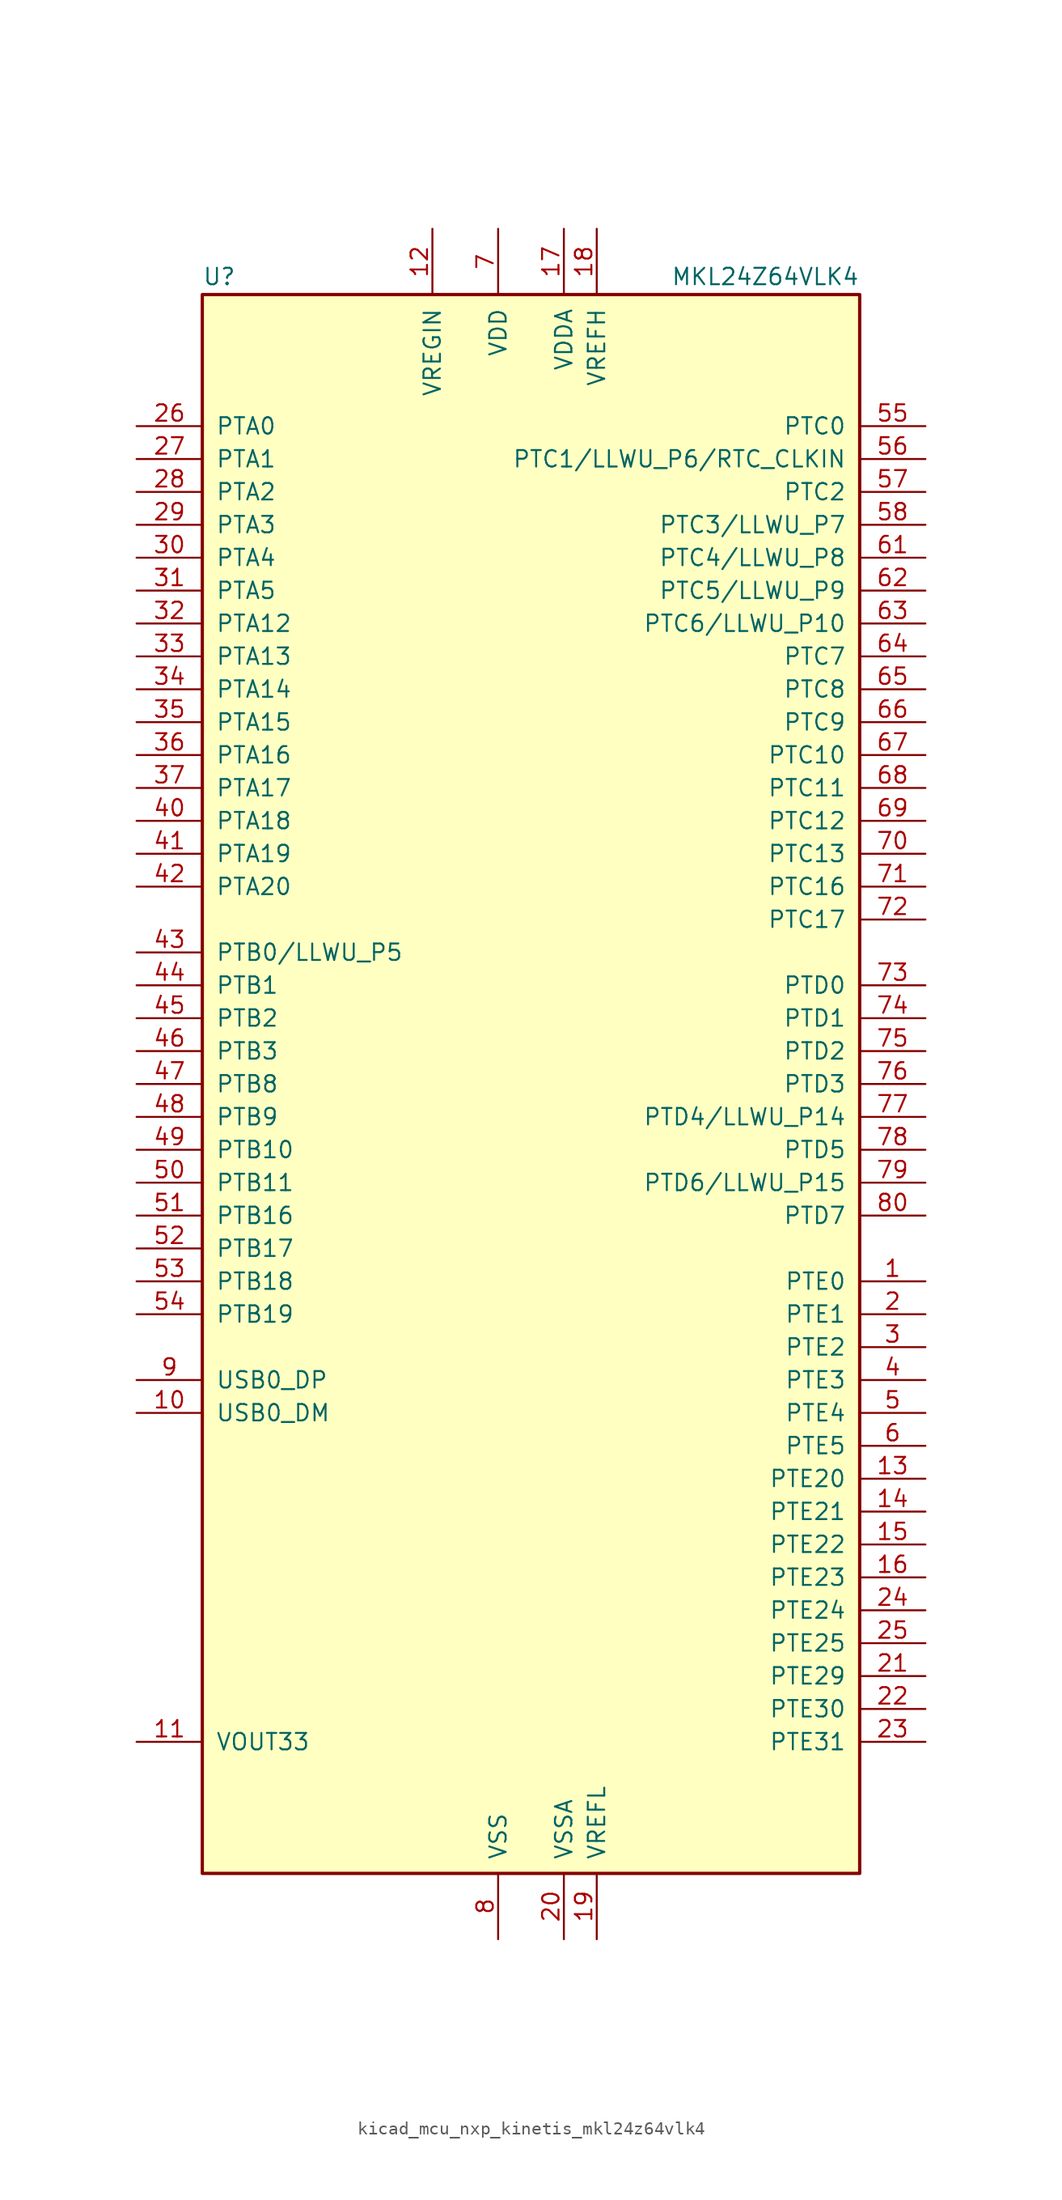
<source format=kicad_sym>
(kicad_symbol_lib
  (version 20220914)
  (generator kicad_symbol_editor)
  (symbol "kicad_mcu_nxp_kinetis_mkl24z64vlk4"
    (pin_names
      (offset 1.016))
    (property "Reference" "U"
      (at -25.4 61.595 0)
      (effects (font (size 1.27 1.27)) (justify left bottom)))
    (property "Value" "MKL24Z64VLK4"
      (at 25.4 61.595 0)
      (effects (font (size 1.27 1.27)) (justify right bottom)))
    (symbol "kicad_mcu_nxp_kinetis_mkl24z64vlk4_0_1"
      (rectangle (start -25.4 60.96) (end 25.4 -60.96) (stroke (width 0.254) (type default)) (fill (type background))))
    (symbol "kicad_mcu_nxp_kinetis_mkl24z64vlk4_1_1"
      (pin bidirectional line (at 30.48 -15.24 180) (length 5.08) (name "PTE0" (effects (font (size 1.27 1.27)))) (number "1" (effects (font (size 1.27 1.27)))))
      (pin bidirectional line (at -30.48 -25.4 0) (length 5.08) (name "USB0_DM" (effects (font (size 1.27 1.27)))) (number "10" (effects (font (size 1.27 1.27)))))
      (pin power_out line (at -30.48 -50.8 0) (length 5.08) (name "VOUT33" (effects (font (size 1.27 1.27)))) (number "11" (effects (font (size 1.27 1.27)))))
      (pin power_in line (at -7.62 66.04 270) (length 5.08) (name "VREGIN" (effects (font (size 1.27 1.27)))) (number "12" (effects (font (size 1.27 1.27)))))
      (pin bidirectional line (at 30.48 -30.48 180) (length 5.08) (name "PTE20" (effects (font (size 1.27 1.27)))) (number "13" (effects (font (size 1.27 1.27)))))
      (pin bidirectional line (at 30.48 -33.02 180) (length 5.08) (name "PTE21" (effects (font (size 1.27 1.27)))) (number "14" (effects (font (size 1.27 1.27)))))
      (pin bidirectional line (at 30.48 -35.56 180) (length 5.08) (name "PTE22" (effects (font (size 1.27 1.27)))) (number "15" (effects (font (size 1.27 1.27)))))
      (pin bidirectional line (at 30.48 -38.1 180) (length 5.08) (name "PTE23" (effects (font (size 1.27 1.27)))) (number "16" (effects (font (size 1.27 1.27)))))
      (pin power_in line (at 2.54 66.04 270) (length 5.08) (name "VDDA" (effects (font (size 1.27 1.27)))) (number "17" (effects (font (size 1.27 1.27)))))
      (pin power_in line (at 5.08 66.04 270) (length 5.08) (name "VREFH" (effects (font (size 1.27 1.27)))) (number "18" (effects (font (size 1.27 1.27)))))
      (pin power_in line (at 5.08 -66.04 90) (length 5.08) (name "VREFL" (effects (font (size 1.27 1.27)))) (number "19" (effects (font (size 1.27 1.27)))))
      (pin bidirectional line (at 30.48 -17.78 180) (length 5.08) (name "PTE1" (effects (font (size 1.27 1.27)))) (number "2" (effects (font (size 1.27 1.27)))))
      (pin power_in line (at 2.54 -66.04 90) (length 5.08) (name "VSSA" (effects (font (size 1.27 1.27)))) (number "20" (effects (font (size 1.27 1.27)))))
      (pin bidirectional line (at 30.48 -45.72 180) (length 5.08) (name "PTE29" (effects (font (size 1.27 1.27)))) (number "21" (effects (font (size 1.27 1.27)))))
      (pin bidirectional line (at 30.48 -48.26 180) (length 5.08) (name "PTE30" (effects (font (size 1.27 1.27)))) (number "22" (effects (font (size 1.27 1.27)))))
      (pin bidirectional line (at 30.48 -50.8 180) (length 5.08) (name "PTE31" (effects (font (size 1.27 1.27)))) (number "23" (effects (font (size 1.27 1.27)))))
      (pin bidirectional line (at 30.48 -40.64 180) (length 5.08) (name "PTE24" (effects (font (size 1.27 1.27)))) (number "24" (effects (font (size 1.27 1.27)))))
      (pin bidirectional line (at 30.48 -43.18 180) (length 5.08) (name "PTE25" (effects (font (size 1.27 1.27)))) (number "25" (effects (font (size 1.27 1.27)))))
      (pin bidirectional line (at -30.48 50.8 0) (length 5.08) (name "PTA0" (effects (font (size 1.27 1.27)))) (number "26" (effects (font (size 1.27 1.27)))))
      (pin bidirectional line (at -30.48 48.26 0) (length 5.08) (name "PTA1" (effects (font (size 1.27 1.27)))) (number "27" (effects (font (size 1.27 1.27)))))
      (pin bidirectional line (at -30.48 45.72 0) (length 5.08) (name "PTA2" (effects (font (size 1.27 1.27)))) (number "28" (effects (font (size 1.27 1.27)))))
      (pin bidirectional line (at -30.48 43.18 0) (length 5.08) (name "PTA3" (effects (font (size 1.27 1.27)))) (number "29" (effects (font (size 1.27 1.27)))))
      (pin bidirectional line (at 30.48 -20.32 180) (length 5.08) (name "PTE2" (effects (font (size 1.27 1.27)))) (number "3" (effects (font (size 1.27 1.27)))))
      (pin bidirectional line (at -30.48 40.64 0) (length 5.08) (name "PTA4" (effects (font (size 1.27 1.27)))) (number "30" (effects (font (size 1.27 1.27)))))
      (pin bidirectional line (at -30.48 38.1 0) (length 5.08) (name "PTA5" (effects (font (size 1.27 1.27)))) (number "31" (effects (font (size 1.27 1.27)))))
      (pin bidirectional line (at -30.48 35.56 0) (length 5.08) (name "PTA12" (effects (font (size 1.27 1.27)))) (number "32" (effects (font (size 1.27 1.27)))))
      (pin bidirectional line (at -30.48 33.02 0) (length 5.08) (name "PTA13" (effects (font (size 1.27 1.27)))) (number "33" (effects (font (size 1.27 1.27)))))
      (pin bidirectional line (at -30.48 30.48 0) (length 5.08) (name "PTA14" (effects (font (size 1.27 1.27)))) (number "34" (effects (font (size 1.27 1.27)))))
      (pin bidirectional line (at -30.48 27.94 0) (length 5.08) (name "PTA15" (effects (font (size 1.27 1.27)))) (number "35" (effects (font (size 1.27 1.27)))))
      (pin bidirectional line (at -30.48 25.4 0) (length 5.08) (name "PTA16" (effects (font (size 1.27 1.27)))) (number "36" (effects (font (size 1.27 1.27)))))
      (pin bidirectional line (at -30.48 22.86 0) (length 5.08) (name "PTA17" (effects (font (size 1.27 1.27)))) (number "37" (effects (font (size 1.27 1.27)))))
      (pin passive line (at -2.54 66.04 270) (length 5.08) hide (name "VDD" (effects (font (size 1.27 1.27)))) (number "38" (effects (font (size 1.27 1.27)))))
      (pin passive line (at -2.54 -66.04 90) (length 5.08) hide (name "VSS" (effects (font (size 1.27 1.27)))) (number "39" (effects (font (size 1.27 1.27)))))
      (pin bidirectional line (at 30.48 -22.86 180) (length 5.08) (name "PTE3" (effects (font (size 1.27 1.27)))) (number "4" (effects (font (size 1.27 1.27)))))
      (pin bidirectional line (at -30.48 20.32 0) (length 5.08) (name "PTA18" (effects (font (size 1.27 1.27)))) (number "40" (effects (font (size 1.27 1.27)))))
      (pin bidirectional line (at -30.48 17.78 0) (length 5.08) (name "PTA19" (effects (font (size 1.27 1.27)))) (number "41" (effects (font (size 1.27 1.27)))))
      (pin bidirectional line (at -30.48 15.24 0) (length 5.08) (name "PTA20" (effects (font (size 1.27 1.27)))) (number "42" (effects (font (size 1.27 1.27)))))
      (pin bidirectional line (at -30.48 10.16 0) (length 5.08) (name "PTB0/LLWU_P5" (effects (font (size 1.27 1.27)))) (number "43" (effects (font (size 1.27 1.27)))))
      (pin bidirectional line (at -30.48 7.62 0) (length 5.08) (name "PTB1" (effects (font (size 1.27 1.27)))) (number "44" (effects (font (size 1.27 1.27)))))
      (pin bidirectional line (at -30.48 5.08 0) (length 5.08) (name "PTB2" (effects (font (size 1.27 1.27)))) (number "45" (effects (font (size 1.27 1.27)))))
      (pin bidirectional line (at -30.48 2.54 0) (length 5.08) (name "PTB3" (effects (font (size 1.27 1.27)))) (number "46" (effects (font (size 1.27 1.27)))))
      (pin bidirectional line (at -30.48 0 0) (length 5.08) (name "PTB8" (effects (font (size 1.27 1.27)))) (number "47" (effects (font (size 1.27 1.27)))))
      (pin bidirectional line (at -30.48 -2.54 0) (length 5.08) (name "PTB9" (effects (font (size 1.27 1.27)))) (number "48" (effects (font (size 1.27 1.27)))))
      (pin bidirectional line (at -30.48 -5.08 0) (length 5.08) (name "PTB10" (effects (font (size 1.27 1.27)))) (number "49" (effects (font (size 1.27 1.27)))))
      (pin bidirectional line (at 30.48 -25.4 180) (length 5.08) (name "PTE4" (effects (font (size 1.27 1.27)))) (number "5" (effects (font (size 1.27 1.27)))))
      (pin bidirectional line (at -30.48 -7.62 0) (length 5.08) (name "PTB11" (effects (font (size 1.27 1.27)))) (number "50" (effects (font (size 1.27 1.27)))))
      (pin bidirectional line (at -30.48 -10.16 0) (length 5.08) (name "PTB16" (effects (font (size 1.27 1.27)))) (number "51" (effects (font (size 1.27 1.27)))))
      (pin bidirectional line (at -30.48 -12.7 0) (length 5.08) (name "PTB17" (effects (font (size 1.27 1.27)))) (number "52" (effects (font (size 1.27 1.27)))))
      (pin bidirectional line (at -30.48 -15.24 0) (length 5.08) (name "PTB18" (effects (font (size 1.27 1.27)))) (number "53" (effects (font (size 1.27 1.27)))))
      (pin bidirectional line (at -30.48 -17.78 0) (length 5.08) (name "PTB19" (effects (font (size 1.27 1.27)))) (number "54" (effects (font (size 1.27 1.27)))))
      (pin bidirectional line (at 30.48 50.8 180) (length 5.08) (name "PTC0" (effects (font (size 1.27 1.27)))) (number "55" (effects (font (size 1.27 1.27)))))
      (pin bidirectional line (at 30.48 48.26 180) (length 5.08) (name "PTC1/LLWU_P6/RTC_CLKIN" (effects (font (size 1.27 1.27)))) (number "56" (effects (font (size 1.27 1.27)))))
      (pin bidirectional line (at 30.48 45.72 180) (length 5.08) (name "PTC2" (effects (font (size 1.27 1.27)))) (number "57" (effects (font (size 1.27 1.27)))))
      (pin bidirectional line (at 30.48 43.18 180) (length 5.08) (name "PTC3/LLWU_P7" (effects (font (size 1.27 1.27)))) (number "58" (effects (font (size 1.27 1.27)))))
      (pin passive line (at -2.54 -66.04 90) (length 5.08) hide (name "VSS" (effects (font (size 1.27 1.27)))) (number "59" (effects (font (size 1.27 1.27)))))
      (pin bidirectional line (at 30.48 -27.94 180) (length 5.08) (name "PTE5" (effects (font (size 1.27 1.27)))) (number "6" (effects (font (size 1.27 1.27)))))
      (pin passive line (at -2.54 66.04 270) (length 5.08) hide (name "VDD" (effects (font (size 1.27 1.27)))) (number "60" (effects (font (size 1.27 1.27)))))
      (pin bidirectional line (at 30.48 40.64 180) (length 5.08) (name "PTC4/LLWU_P8" (effects (font (size 1.27 1.27)))) (number "61" (effects (font (size 1.27 1.27)))))
      (pin bidirectional line (at 30.48 38.1 180) (length 5.08) (name "PTC5/LLWU_P9" (effects (font (size 1.27 1.27)))) (number "62" (effects (font (size 1.27 1.27)))))
      (pin bidirectional line (at 30.48 35.56 180) (length 5.08) (name "PTC6/LLWU_P10" (effects (font (size 1.27 1.27)))) (number "63" (effects (font (size 1.27 1.27)))))
      (pin bidirectional line (at 30.48 33.02 180) (length 5.08) (name "PTC7" (effects (font (size 1.27 1.27)))) (number "64" (effects (font (size 1.27 1.27)))))
      (pin bidirectional line (at 30.48 30.48 180) (length 5.08) (name "PTC8" (effects (font (size 1.27 1.27)))) (number "65" (effects (font (size 1.27 1.27)))))
      (pin bidirectional line (at 30.48 27.94 180) (length 5.08) (name "PTC9" (effects (font (size 1.27 1.27)))) (number "66" (effects (font (size 1.27 1.27)))))
      (pin bidirectional line (at 30.48 25.4 180) (length 5.08) (name "PTC10" (effects (font (size 1.27 1.27)))) (number "67" (effects (font (size 1.27 1.27)))))
      (pin bidirectional line (at 30.48 22.86 180) (length 5.08) (name "PTC11" (effects (font (size 1.27 1.27)))) (number "68" (effects (font (size 1.27 1.27)))))
      (pin bidirectional line (at 30.48 20.32 180) (length 5.08) (name "PTC12" (effects (font (size 1.27 1.27)))) (number "69" (effects (font (size 1.27 1.27)))))
      (pin power_in line (at -2.54 66.04 270) (length 5.08) (name "VDD" (effects (font (size 1.27 1.27)))) (number "7" (effects (font (size 1.27 1.27)))))
      (pin bidirectional line (at 30.48 17.78 180) (length 5.08) (name "PTC13" (effects (font (size 1.27 1.27)))) (number "70" (effects (font (size 1.27 1.27)))))
      (pin bidirectional line (at 30.48 15.24 180) (length 5.08) (name "PTC16" (effects (font (size 1.27 1.27)))) (number "71" (effects (font (size 1.27 1.27)))))
      (pin bidirectional line (at 30.48 12.7 180) (length 5.08) (name "PTC17" (effects (font (size 1.27 1.27)))) (number "72" (effects (font (size 1.27 1.27)))))
      (pin bidirectional line (at 30.48 7.62 180) (length 5.08) (name "PTD0" (effects (font (size 1.27 1.27)))) (number "73" (effects (font (size 1.27 1.27)))))
      (pin bidirectional line (at 30.48 5.08 180) (length 5.08) (name "PTD1" (effects (font (size 1.27 1.27)))) (number "74" (effects (font (size 1.27 1.27)))))
      (pin bidirectional line (at 30.48 2.54 180) (length 5.08) (name "PTD2" (effects (font (size 1.27 1.27)))) (number "75" (effects (font (size 1.27 1.27)))))
      (pin bidirectional line (at 30.48 0 180) (length 5.08) (name "PTD3" (effects (font (size 1.27 1.27)))) (number "76" (effects (font (size 1.27 1.27)))))
      (pin bidirectional line (at 30.48 -2.54 180) (length 5.08) (name "PTD4/LLWU_P14" (effects (font (size 1.27 1.27)))) (number "77" (effects (font (size 1.27 1.27)))))
      (pin bidirectional line (at 30.48 -5.08 180) (length 5.08) (name "PTD5" (effects (font (size 1.27 1.27)))) (number "78" (effects (font (size 1.27 1.27)))))
      (pin bidirectional line (at 30.48 -7.62 180) (length 5.08) (name "PTD6/LLWU_P15" (effects (font (size 1.27 1.27)))) (number "79" (effects (font (size 1.27 1.27)))))
      (pin power_in line (at -2.54 -66.04 90) (length 5.08) (name "VSS" (effects (font (size 1.27 1.27)))) (number "8" (effects (font (size 1.27 1.27)))))
      (pin bidirectional line (at 30.48 -10.16 180) (length 5.08) (name "PTD7" (effects (font (size 1.27 1.27)))) (number "80" (effects (font (size 1.27 1.27)))))
      (pin bidirectional line (at -30.48 -22.86 0) (length 5.08) (name "USB0_DP" (effects (font (size 1.27 1.27)))) (number "9" (effects (font (size 1.27 1.27))))))))
</source>
